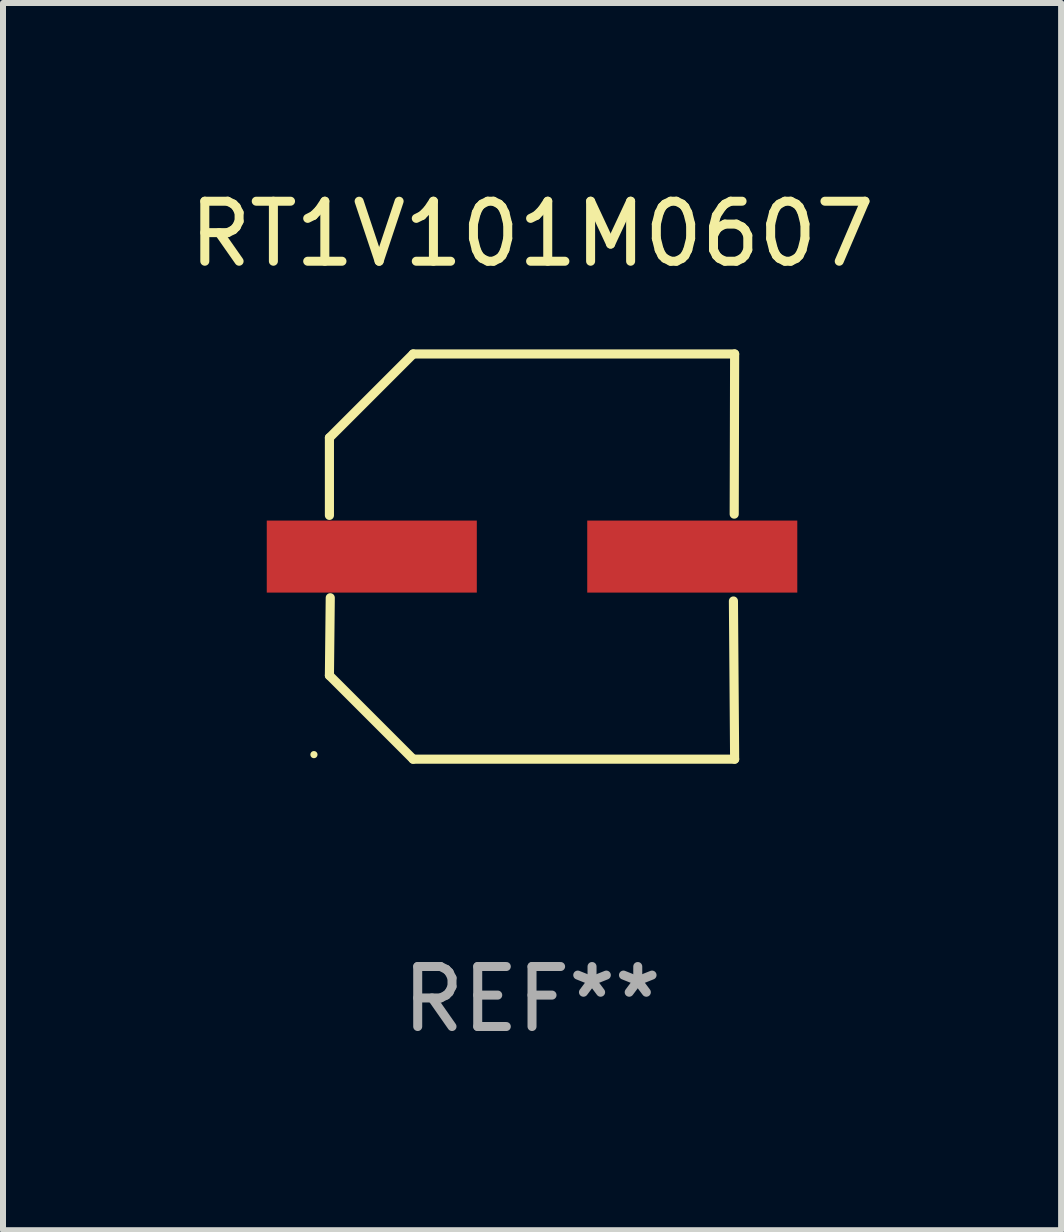
<source format=kicad_pcb>
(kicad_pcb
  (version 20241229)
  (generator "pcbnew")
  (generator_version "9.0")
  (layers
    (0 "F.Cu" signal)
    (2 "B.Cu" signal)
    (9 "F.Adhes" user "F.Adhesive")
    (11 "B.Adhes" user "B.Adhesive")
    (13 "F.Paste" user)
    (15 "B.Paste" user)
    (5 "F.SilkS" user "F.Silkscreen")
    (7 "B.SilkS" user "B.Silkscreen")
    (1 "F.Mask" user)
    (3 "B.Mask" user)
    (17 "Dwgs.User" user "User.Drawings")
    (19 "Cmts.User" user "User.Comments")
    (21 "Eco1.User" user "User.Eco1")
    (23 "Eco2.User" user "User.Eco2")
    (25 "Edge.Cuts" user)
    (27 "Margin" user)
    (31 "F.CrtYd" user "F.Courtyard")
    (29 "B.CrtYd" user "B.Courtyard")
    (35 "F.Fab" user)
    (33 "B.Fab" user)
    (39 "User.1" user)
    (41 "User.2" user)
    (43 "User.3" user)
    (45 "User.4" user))
  (footprint "RT1V101M0607"
    (layer "F.Cu")
    (at 5.815 6.224)
    (property "Reference" "RT1V101M0607" (at 0 -5.376 0) (layer "F.SilkS") (effects (font (size 1 1) (thickness 0.15))))
    (attr through_hole)
    (fp_line (start -3.376 -1.98) (end -3.376 -0.686) (stroke (width 0.152) (type solid)) (layer "F.SilkS"))
    (fp_line (start -3.376 1.981) (end -3.362 0.686) (stroke (width 0.152) (type solid)) (layer "F.SilkS"))
    (fp_line (start -1.981 3.376) (end -3.376 1.981) (stroke (width 0.152) (type solid)) (layer "F.SilkS"))
    (fp_line (start -1.98 -3.376) (end -3.376 -1.98) (stroke (width 0.152) (type solid)) (layer "F.SilkS"))
    (fp_line (start 3.356 0.74) (end 3.376 3.376) (stroke (width 0.152) (type solid)) (layer "F.SilkS"))
    (fp_line (start 3.369 -0.707) (end 3.376 -3.376) (stroke (width 0.152) (type solid)) (layer "F.SilkS"))
    (fp_line (start 3.376 3.376) (end -1.981 3.376) (stroke (width 0.152) (type solid)) (layer "F.SilkS"))
    (fp_line (start 3.376 -3.376) (end -1.98 -3.376) (stroke (width 0.152) (type solid)) (layer "F.SilkS"))
    (fp_circle (center -3.634 3.3) (end -3.604 3.3) (stroke (width 0.06) (type solid)) (fill no) (layer "F.SilkS"))
    (fp_text user "REF**" (at 0 7.376 0) (layer "F.Fab") (effects (font (size 1 1) (thickness 0.15))))
    (pad "1" smd rect (at -2.67 0.000254) (size 3.5 1.2) (layers "F.Cu" "F.Mask" "F.Paste"))
    (pad "2" smd rect (at 2.67 0.000254) (size 3.5 1.2) (layers "F.Cu" "F.Mask" "F.Paste")))
  (gr_rect
    (start -3 -3)
    (end 14.631 17.448)
    (stroke (width 0.1) (type default))
    (fill no)
    (layer "Edge.Cuts")))
</source>
